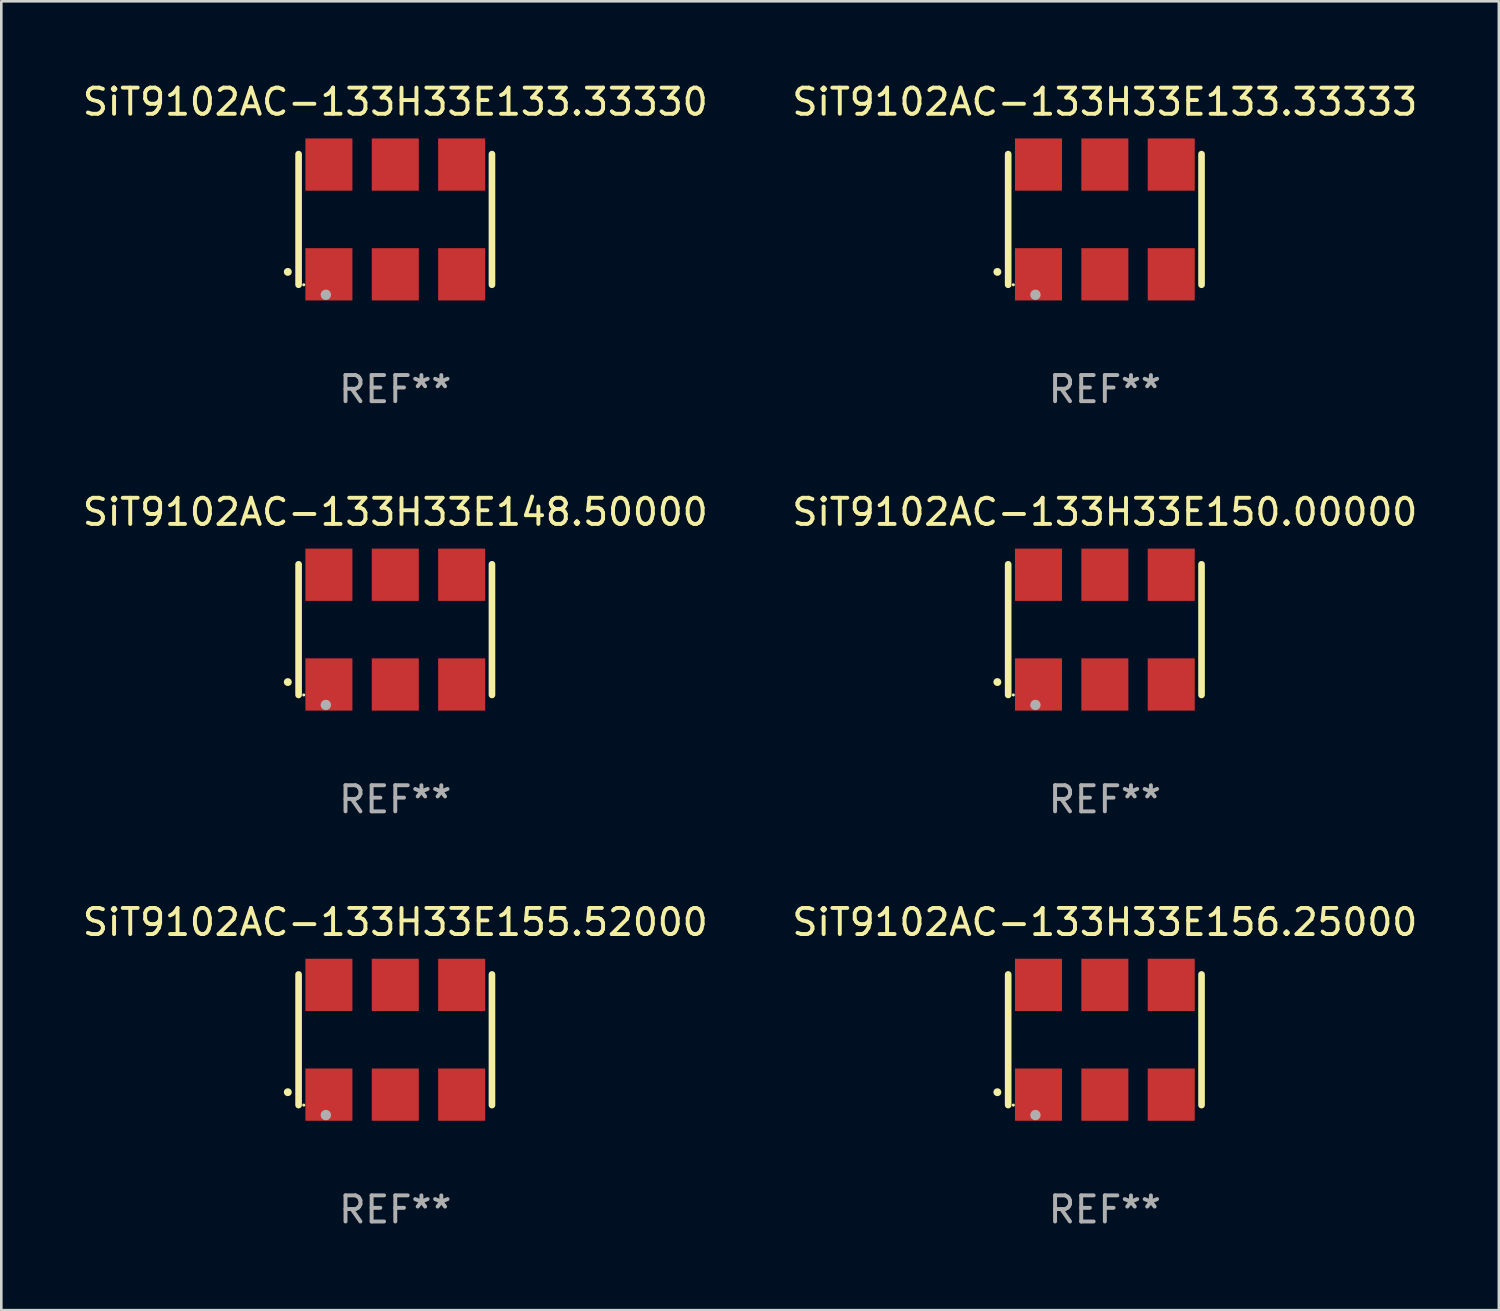
<source format=kicad_pcb>
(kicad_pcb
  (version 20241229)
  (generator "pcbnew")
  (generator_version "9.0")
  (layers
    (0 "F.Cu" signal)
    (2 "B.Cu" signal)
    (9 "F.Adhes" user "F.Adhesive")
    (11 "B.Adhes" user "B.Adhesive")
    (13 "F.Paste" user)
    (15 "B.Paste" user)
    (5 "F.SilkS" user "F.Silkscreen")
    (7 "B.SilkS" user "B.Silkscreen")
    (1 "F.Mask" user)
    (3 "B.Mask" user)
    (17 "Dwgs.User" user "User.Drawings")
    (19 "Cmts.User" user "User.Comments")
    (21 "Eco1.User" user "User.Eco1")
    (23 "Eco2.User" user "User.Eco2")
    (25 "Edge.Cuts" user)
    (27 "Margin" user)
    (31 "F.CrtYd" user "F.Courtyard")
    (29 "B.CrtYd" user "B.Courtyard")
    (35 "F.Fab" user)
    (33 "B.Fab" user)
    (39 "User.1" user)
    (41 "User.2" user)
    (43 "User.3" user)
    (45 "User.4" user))
  (footprint "SiT9102AC-133H33E133.33333"
    (layer "F.Cu")
    (at 39.232 5.348)
    (property "Reference" "SiT9102AC-133H33E133.33333" (at 0 -4.5 0) (layer "F.SilkS") (effects (font (size 1 1) (thickness 0.15))))
    (attr through_hole)
    (fp_line (start -3.7 -2.5) (end -3.7 2.5) (stroke (width 0.254) (type solid)) (layer "F.SilkS"))
    (fp_line (start 3.7 -2.5) (end 3.7 2.5) (stroke (width 0.254) (type solid)) (layer "F.SilkS"))
    (fp_arc (start -4.114415 2.006604) (mid -4.113145 2.006599) (end -4.111875 2.006604) (stroke (width 0.3) (type solid)) (layer "F.SilkS"))
    (fp_circle (center -3.502 2.5) (end -3.472 2.5) (stroke (width 0.06) (type solid)) (fill no) (layer "F.SilkS"))
    (fp_circle (center -2.657 2.882) (end -2.557 2.882) (stroke (width 0.2) (type solid)) (fill no) (layer "F.Fab"))
    (fp_text user "REF**" (at 0 6.5 0) (layer "F.Fab") (effects (font (size 1 1) (thickness 0.15))))
    (pad "1" smd rect (at -2.54 2.1) (size 1.8 2) (layers "F.Cu" "F.Mask" "F.Paste"))
    (pad "2" smd rect (at 0.000394 2.1) (size 1.8 2) (layers "F.Cu" "F.Mask" "F.Paste"))
    (pad "3" smd rect (at 2.54 2.1) (size 1.8 2) (layers "F.Cu" "F.Mask" "F.Paste"))
    (pad "4" smd rect (at 2.54 -2.1) (size 1.8 2) (layers "F.Cu" "F.Mask" "F.Paste"))
    (pad "5" smd rect (at 0.000394 -2.1) (size 1.8 2) (layers "F.Cu" "F.Mask" "F.Paste"))
    (pad "6" smd rect (at -2.54 -2.1) (size 1.8 2) (layers "F.Cu" "F.Mask" "F.Paste")))
  (footprint "SiT9102AC-133H33E148.50000"
    (layer "F.Cu")
    (at 12.077 21.045)
    (property "Reference" "SiT9102AC-133H33E148.50000" (at 0 -4.5 0) (layer "F.SilkS") (effects (font (size 1 1) (thickness 0.15))))
    (attr through_hole)
    (fp_line (start -3.7 -2.5) (end -3.7 2.5) (stroke (width 0.254) (type solid)) (layer "F.SilkS"))
    (fp_line (start 3.7 -2.5) (end 3.7 2.5) (stroke (width 0.254) (type solid)) (layer "F.SilkS"))
    (fp_arc (start -4.114415 2.006604) (mid -4.113145 2.006599) (end -4.111875 2.006604) (stroke (width 0.3) (type solid)) (layer "F.SilkS"))
    (fp_circle (center -3.502 2.5) (end -3.472 2.5) (stroke (width 0.06) (type solid)) (fill no) (layer "F.SilkS"))
    (fp_circle (center -2.657 2.882) (end -2.557 2.882) (stroke (width 0.2) (type solid)) (fill no) (layer "F.Fab"))
    (fp_text user "REF**" (at 0 6.5 0) (layer "F.Fab") (effects (font (size 1 1) (thickness 0.15))))
    (pad "1" smd rect (at -2.54 2.1) (size 1.8 2) (layers "F.Cu" "F.Mask" "F.Paste"))
    (pad "2" smd rect (at 0.000394 2.1) (size 1.8 2) (layers "F.Cu" "F.Mask" "F.Paste"))
    (pad "3" smd rect (at 2.54 2.1) (size 1.8 2) (layers "F.Cu" "F.Mask" "F.Paste"))
    (pad "4" smd rect (at 2.54 -2.1) (size 1.8 2) (layers "F.Cu" "F.Mask" "F.Paste"))
    (pad "5" smd rect (at 0.000394 -2.1) (size 1.8 2) (layers "F.Cu" "F.Mask" "F.Paste"))
    (pad "6" smd rect (at -2.54 -2.1) (size 1.8 2) (layers "F.Cu" "F.Mask" "F.Paste")))
  (footprint "SiT9102AC-133H33E155.52000"
    (layer "F.Cu")
    (at 12.077 36.741)
    (property "Reference" "SiT9102AC-133H33E155.52000" (at 0 -4.5 0) (layer "F.SilkS") (effects (font (size 1 1) (thickness 0.15))))
    (attr through_hole)
    (fp_line (start -3.7 -2.5) (end -3.7 2.5) (stroke (width 0.254) (type solid)) (layer "F.SilkS"))
    (fp_line (start 3.7 -2.5) (end 3.7 2.5) (stroke (width 0.254) (type solid)) (layer "F.SilkS"))
    (fp_arc (start -4.114415 2.006604) (mid -4.113145 2.006599) (end -4.111875 2.006604) (stroke (width 0.3) (type solid)) (layer "F.SilkS"))
    (fp_circle (center -3.502 2.5) (end -3.472 2.5) (stroke (width 0.06) (type solid)) (fill no) (layer "F.SilkS"))
    (fp_circle (center -2.657 2.882) (end -2.557 2.882) (stroke (width 0.2) (type solid)) (fill no) (layer "F.Fab"))
    (fp_text user "REF**" (at 0 6.5 0) (layer "F.Fab") (effects (font (size 1 1) (thickness 0.15))))
    (pad "1" smd rect (at -2.54 2.1) (size 1.8 2) (layers "F.Cu" "F.Mask" "F.Paste"))
    (pad "2" smd rect (at 0.000394 2.1) (size 1.8 2) (layers "F.Cu" "F.Mask" "F.Paste"))
    (pad "3" smd rect (at 2.54 2.1) (size 1.8 2) (layers "F.Cu" "F.Mask" "F.Paste"))
    (pad "4" smd rect (at 2.54 -2.1) (size 1.8 2) (layers "F.Cu" "F.Mask" "F.Paste"))
    (pad "5" smd rect (at 0.000394 -2.1) (size 1.8 2) (layers "F.Cu" "F.Mask" "F.Paste"))
    (pad "6" smd rect (at -2.54 -2.1) (size 1.8 2) (layers "F.Cu" "F.Mask" "F.Paste")))
  (footprint "SiT9102AC-133H33E133.33330"
    (layer "F.Cu")
    (at 12.077 5.348)
    (property "Reference" "SiT9102AC-133H33E133.33330" (at 0 -4.5 0) (layer "F.SilkS") (effects (font (size 1 1) (thickness 0.15))))
    (attr through_hole)
    (fp_line (start -3.7 -2.5) (end -3.7 2.5) (stroke (width 0.254) (type solid)) (layer "F.SilkS"))
    (fp_line (start 3.7 -2.5) (end 3.7 2.5) (stroke (width 0.254) (type solid)) (layer "F.SilkS"))
    (fp_arc (start -4.114415 2.006604) (mid -4.113145 2.006599) (end -4.111875 2.006604) (stroke (width 0.3) (type solid)) (layer "F.SilkS"))
    (fp_circle (center -3.502 2.5) (end -3.472 2.5) (stroke (width 0.06) (type solid)) (fill no) (layer "F.SilkS"))
    (fp_circle (center -2.657 2.882) (end -2.557 2.882) (stroke (width 0.2) (type solid)) (fill no) (layer "F.Fab"))
    (fp_text user "REF**" (at 0 6.5 0) (layer "F.Fab") (effects (font (size 1 1) (thickness 0.15))))
    (pad "1" smd rect (at -2.54 2.1) (size 1.8 2) (layers "F.Cu" "F.Mask" "F.Paste"))
    (pad "2" smd rect (at 0.000394 2.1) (size 1.8 2) (layers "F.Cu" "F.Mask" "F.Paste"))
    (pad "3" smd rect (at 2.54 2.1) (size 1.8 2) (layers "F.Cu" "F.Mask" "F.Paste"))
    (pad "4" smd rect (at 2.54 -2.1) (size 1.8 2) (layers "F.Cu" "F.Mask" "F.Paste"))
    (pad "5" smd rect (at 0.000394 -2.1) (size 1.8 2) (layers "F.Cu" "F.Mask" "F.Paste"))
    (pad "6" smd rect (at -2.54 -2.1) (size 1.8 2) (layers "F.Cu" "F.Mask" "F.Paste")))
  (footprint "SiT9102AC-133H33E156.25000"
    (layer "F.Cu")
    (at 39.232 36.741)
    (property "Reference" "SiT9102AC-133H33E156.25000" (at 0 -4.5 0) (layer "F.SilkS") (effects (font (size 1 1) (thickness 0.15))))
    (attr through_hole)
    (fp_line (start -3.7 -2.5) (end -3.7 2.5) (stroke (width 0.254) (type solid)) (layer "F.SilkS"))
    (fp_line (start 3.7 -2.5) (end 3.7 2.5) (stroke (width 0.254) (type solid)) (layer "F.SilkS"))
    (fp_arc (start -4.114415 2.006604) (mid -4.113145 2.006599) (end -4.111875 2.006604) (stroke (width 0.3) (type solid)) (layer "F.SilkS"))
    (fp_circle (center -3.502 2.5) (end -3.472 2.5) (stroke (width 0.06) (type solid)) (fill no) (layer "F.SilkS"))
    (fp_circle (center -2.657 2.882) (end -2.557 2.882) (stroke (width 0.2) (type solid)) (fill no) (layer "F.Fab"))
    (fp_text user "REF**" (at 0 6.5 0) (layer "F.Fab") (effects (font (size 1 1) (thickness 0.15))))
    (pad "1" smd rect (at -2.54 2.1) (size 1.8 2) (layers "F.Cu" "F.Mask" "F.Paste"))
    (pad "2" smd rect (at 0.000394 2.1) (size 1.8 2) (layers "F.Cu" "F.Mask" "F.Paste"))
    (pad "3" smd rect (at 2.54 2.1) (size 1.8 2) (layers "F.Cu" "F.Mask" "F.Paste"))
    (pad "4" smd rect (at 2.54 -2.1) (size 1.8 2) (layers "F.Cu" "F.Mask" "F.Paste"))
    (pad "5" smd rect (at 0.000394 -2.1) (size 1.8 2) (layers "F.Cu" "F.Mask" "F.Paste"))
    (pad "6" smd rect (at -2.54 -2.1) (size 1.8 2) (layers "F.Cu" "F.Mask" "F.Paste")))
  (footprint "SiT9102AC-133H33E150.00000"
    (layer "F.Cu")
    (at 39.232 21.045)
    (property "Reference" "SiT9102AC-133H33E150.00000" (at 0 -4.5 0) (layer "F.SilkS") (effects (font (size 1 1) (thickness 0.15))))
    (attr through_hole)
    (fp_line (start -3.7 -2.5) (end -3.7 2.5) (stroke (width 0.254) (type solid)) (layer "F.SilkS"))
    (fp_line (start 3.7 -2.5) (end 3.7 2.5) (stroke (width 0.254) (type solid)) (layer "F.SilkS"))
    (fp_arc (start -4.114415 2.006604) (mid -4.113145 2.006599) (end -4.111875 2.006604) (stroke (width 0.3) (type solid)) (layer "F.SilkS"))
    (fp_circle (center -3.502 2.5) (end -3.472 2.5) (stroke (width 0.06) (type solid)) (fill no) (layer "F.SilkS"))
    (fp_circle (center -2.657 2.882) (end -2.557 2.882) (stroke (width 0.2) (type solid)) (fill no) (layer "F.Fab"))
    (fp_text user "REF**" (at 0 6.5 0) (layer "F.Fab") (effects (font (size 1 1) (thickness 0.15))))
    (pad "1" smd rect (at -2.54 2.1) (size 1.8 2) (layers "F.Cu" "F.Mask" "F.Paste"))
    (pad "2" smd rect (at 0.000394 2.1) (size 1.8 2) (layers "F.Cu" "F.Mask" "F.Paste"))
    (pad "3" smd rect (at 2.54 2.1) (size 1.8 2) (layers "F.Cu" "F.Mask" "F.Paste"))
    (pad "4" smd rect (at 2.54 -2.1) (size 1.8 2) (layers "F.Cu" "F.Mask" "F.Paste"))
    (pad "5" smd rect (at 0.000394 -2.1) (size 1.8 2) (layers "F.Cu" "F.Mask" "F.Paste"))
    (pad "6" smd rect (at -2.54 -2.1) (size 1.8 2) (layers "F.Cu" "F.Mask" "F.Paste")))
  (gr_rect
    (start -3 -3)
    (end 54.31 47.09)
    (stroke (width 0.1) (type default))
    (fill no)
    (layer "Edge.Cuts")))
</source>
